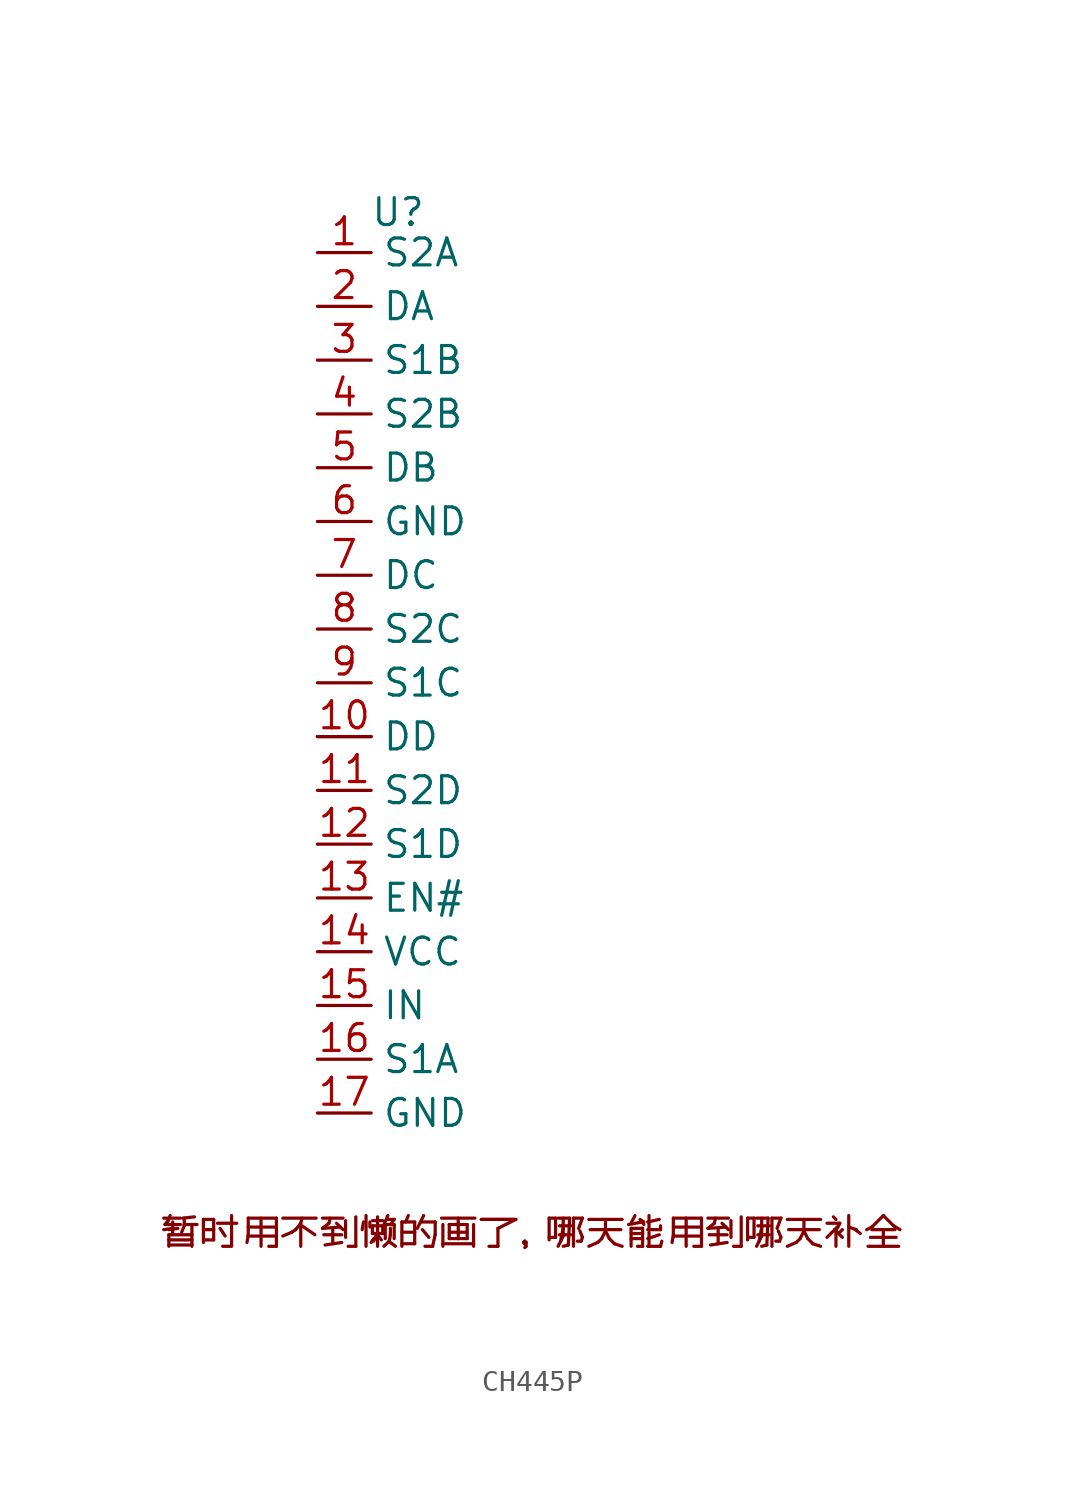
<source format=kicad_sym>
(kicad_symbol_lib
  (version 20220914)
  (generator kicad_symbol_editor)
  (symbol "CH445P"
    (property "Reference" "U"
      (at 1.27 1.905 0)
      (effects (font (size 1.27 1.27))))
    (property "Value" ""
      (at 0 0 0)
      (effects (font (size 1.27 1.27))))
    (symbol "CH445P_0_1"
      (text "暂时用不到懒的画了，哪天能用到哪天补全" (at 7.62 -46.355 0) (effects (font (size 1.27 1.27)))))
    (symbol "CH445P_1_0"
      (pin bidirectional line (at -2.54 -22.86 0) (length 2.54) (name "" (effects (font (size 1.27 1.27)))) (number "" (effects (font (size 1.27 1.27))))))
    (symbol "CH445P_1_1"
      (pin bidirectional line (at -2.54 0 0) (length 2.54) (name "S2A" (effects (font (size 1.27 1.27)))) (number "1" (effects (font (size 1.27 1.27)))))
      (pin bidirectional line (at -2.54 -22.86 0) (length 2.54) (name "DD" (effects (font (size 1.27 1.27)))) (number "10" (effects (font (size 1.27 1.27)))))
      (pin bidirectional line (at -2.54 -25.4 0) (length 2.54) (name "S2D" (effects (font (size 1.27 1.27)))) (number "11" (effects (font (size 1.27 1.27)))))
      (pin bidirectional line (at -2.54 -27.94 0) (length 2.54) (name "S1D" (effects (font (size 1.27 1.27)))) (number "12" (effects (font (size 1.27 1.27)))))
      (pin bidirectional line (at -2.54 -30.48 0) (length 2.54) (name "EN#" (effects (font (size 1.27 1.27)))) (number "13" (effects (font (size 1.27 1.27)))))
      (pin power_in line (at -2.54 -33.02 0) (length 2.54) (name "VCC" (effects (font (size 1.27 1.27)))) (number "14" (effects (font (size 1.27 1.27)))))
      (pin bidirectional line (at -2.54 -35.56 0) (length 2.54) (name "IN" (effects (font (size 1.27 1.27)))) (number "15" (effects (font (size 1.27 1.27)))))
      (pin bidirectional line (at -2.54 -38.1 0) (length 2.54) (name "S1A" (effects (font (size 1.27 1.27)))) (number "16" (effects (font (size 1.27 1.27)))))
      (pin power_in line (at -2.54 -40.64 0) (length 2.54) (name "GND" (effects (font (size 1.27 1.27)))) (number "17" (effects (font (size 1.27 1.27)))))
      (pin bidirectional line (at -2.54 -2.54 0) (length 2.54) (name "DA" (effects (font (size 1.27 1.27)))) (number "2" (effects (font (size 1.27 1.27)))))
      (pin bidirectional line (at -2.54 -5.08 0) (length 2.54) (name "S1B" (effects (font (size 1.27 1.27)))) (number "3" (effects (font (size 1.27 1.27)))))
      (pin bidirectional line (at -2.54 -7.62 0) (length 2.54) (name "S2B" (effects (font (size 1.27 1.27)))) (number "4" (effects (font (size 1.27 1.27)))))
      (pin bidirectional line (at -2.54 -10.16 0) (length 2.54) (name "DB" (effects (font (size 1.27 1.27)))) (number "5" (effects (font (size 1.27 1.27)))))
      (pin power_in line (at -2.54 -12.7 0) (length 2.54) (name "GND" (effects (font (size 1.27 1.27)))) (number "6" (effects (font (size 1.27 1.27)))))
      (pin bidirectional line (at -2.54 -15.24 0) (length 2.54) (name "DC" (effects (font (size 1.27 1.27)))) (number "7" (effects (font (size 1.27 1.27)))))
      (pin bidirectional line (at -2.54 -17.78 0) (length 2.54) (name "S2C" (effects (font (size 1.27 1.27)))) (number "8" (effects (font (size 1.27 1.27)))))
      (pin bidirectional line (at -2.54 -20.32 0) (length 2.54) (name "S1C" (effects (font (size 1.27 1.27)))) (number "9" (effects (font (size 1.27 1.27))))))))
</source>
